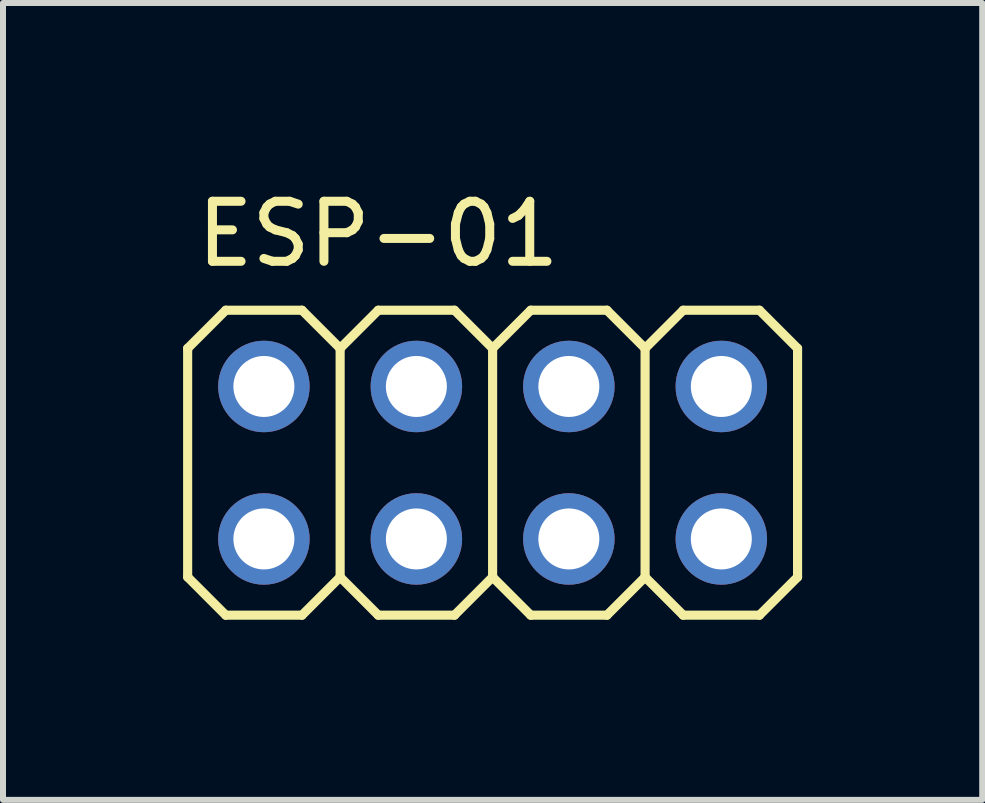
<source format=kicad_pcb>
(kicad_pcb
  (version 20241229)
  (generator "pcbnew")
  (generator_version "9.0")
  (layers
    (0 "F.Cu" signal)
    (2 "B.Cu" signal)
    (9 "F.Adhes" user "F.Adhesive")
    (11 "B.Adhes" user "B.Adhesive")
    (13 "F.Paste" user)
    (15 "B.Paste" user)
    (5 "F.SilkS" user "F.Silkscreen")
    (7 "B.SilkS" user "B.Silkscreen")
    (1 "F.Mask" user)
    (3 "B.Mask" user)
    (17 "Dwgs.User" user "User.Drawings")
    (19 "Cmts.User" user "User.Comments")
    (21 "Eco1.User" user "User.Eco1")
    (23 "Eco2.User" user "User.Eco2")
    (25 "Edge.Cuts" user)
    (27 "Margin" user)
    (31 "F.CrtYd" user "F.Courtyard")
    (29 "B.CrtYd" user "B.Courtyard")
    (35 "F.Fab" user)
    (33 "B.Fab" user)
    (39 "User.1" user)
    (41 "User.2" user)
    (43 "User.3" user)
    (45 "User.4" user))
  (footprint "ESP-01"
    (layer "F.Cu")
    (at 5.156 4.658)
    (property "Reference" "ESP-01" (at -1.905 -3.81 0) (layer "F.SilkS") (effects (font (size 1 1) (thickness 0.15))))
    (attr through_hole)
    (fp_line (start -5.08 -1.905) (end -4.445 -2.54) (stroke (width 0.152) (type solid)) (layer "F.SilkS"))
    (fp_line (start -5.08 1.905) (end -5.08 -1.905) (stroke (width 0.152) (type solid)) (layer "F.SilkS"))
    (fp_line (start -5.08 1.905) (end -4.445 2.54) (stroke (width 0.152) (type solid)) (layer "F.SilkS"))
    (fp_line (start -4.445 -2.54) (end -3.175 -2.54) (stroke (width 0.152) (type solid)) (layer "F.SilkS"))
    (fp_line (start -4.445 2.54) (end -3.175 2.54) (stroke (width 0.152) (type solid)) (layer "F.SilkS"))
    (fp_line (start -3.175 -2.54) (end -2.54 -1.905) (stroke (width 0.152) (type solid)) (layer "F.SilkS"))
    (fp_line (start -3.175 2.54) (end -2.54 1.905) (stroke (width 0.152) (type solid)) (layer "F.SilkS"))
    (fp_line (start -2.54 -1.905) (end -2.54 1.905) (stroke (width 0.152) (type solid)) (layer "F.SilkS"))
    (fp_line (start -2.54 -1.905) (end -1.905 -2.54) (stroke (width 0.152) (type solid)) (layer "F.SilkS"))
    (fp_line (start -2.54 1.905) (end -1.905 2.54) (stroke (width 0.152) (type solid)) (layer "F.SilkS"))
    (fp_line (start -1.905 -2.54) (end -0.635 -2.54) (stroke (width 0.152) (type solid)) (layer "F.SilkS"))
    (fp_line (start -1.905 2.54) (end -0.635 2.54) (stroke (width 0.152) (type solid)) (layer "F.SilkS"))
    (fp_line (start -0.635 -2.54) (end 0 -1.905) (stroke (width 0.152) (type solid)) (layer "F.SilkS"))
    (fp_line (start -0.635 2.54) (end 0 1.905) (stroke (width 0.152) (type solid)) (layer "F.SilkS"))
    (fp_line (start 0 -1.905) (end 0 1.905) (stroke (width 0.152) (type solid)) (layer "F.SilkS"))
    (fp_line (start 0 -1.905) (end 0.635 -2.54) (stroke (width 0.152) (type solid)) (layer "F.SilkS"))
    (fp_line (start 0 1.905) (end 0.635 2.54) (stroke (width 0.152) (type solid)) (layer "F.SilkS"))
    (fp_line (start 0.635 -2.54) (end 1.905 -2.54) (stroke (width 0.152) (type solid)) (layer "F.SilkS"))
    (fp_line (start 0.635 2.54) (end 1.905 2.54) (stroke (width 0.152) (type solid)) (layer "F.SilkS"))
    (fp_line (start 1.905 -2.54) (end 2.54 -1.905) (stroke (width 0.152) (type solid)) (layer "F.SilkS"))
    (fp_line (start 1.905 2.54) (end 2.54 1.905) (stroke (width 0.152) (type solid)) (layer "F.SilkS"))
    (fp_line (start 2.54 -1.905) (end 2.54 1.905) (stroke (width 0.152) (type solid)) (layer "F.SilkS"))
    (fp_line (start 2.54 -1.905) (end 3.175 -2.54) (stroke (width 0.152) (type solid)) (layer "F.SilkS"))
    (fp_line (start 2.54 1.905) (end 3.175 2.54) (stroke (width 0.152) (type solid)) (layer "F.SilkS"))
    (fp_line (start 3.175 -2.54) (end 4.445 -2.54) (stroke (width 0.152) (type solid)) (layer "F.SilkS"))
    (fp_line (start 3.175 2.54) (end 4.445 2.54) (stroke (width 0.152) (type solid)) (layer "F.SilkS"))
    (fp_line (start 4.445 -2.54) (end 5.08 -1.905) (stroke (width 0.152) (type solid)) (layer "F.SilkS"))
    (fp_line (start 4.445 2.54) (end 5.08 1.905) (stroke (width 0.152) (type solid)) (layer "F.SilkS"))
    (fp_line (start 5.08 -1.905) (end 5.08 1.905) (stroke (width 0.152) (type solid)) (layer "F.SilkS"))
    (fp_poly (pts (xy -4.064 -1.524) (xy -3.556 -1.524) (xy -3.556 -1.016) (xy -4.064 -1.016)) (stroke (width 0.01) (type solid)) (fill no) (layer "F.Fab"))
    (fp_poly (pts (xy -4.064 1.016) (xy -3.556 1.016) (xy -3.556 1.524) (xy -4.064 1.524)) (stroke (width 0.01) (type solid)) (fill no) (layer "F.Fab"))
    (fp_poly (pts (xy -1.524 -1.524) (xy -1.016 -1.524) (xy -1.016 -1.016) (xy -1.524 -1.016)) (stroke (width 0.01) (type solid)) (fill no) (layer "F.Fab"))
    (fp_poly (pts (xy -1.524 1.016) (xy -1.016 1.016) (xy -1.016 1.524) (xy -1.524 1.524)) (stroke (width 0.01) (type solid)) (fill no) (layer "F.Fab"))
    (fp_poly (pts (xy 1.016 -1.524) (xy 1.524 -1.524) (xy 1.524 -1.016) (xy 1.016 -1.016)) (stroke (width 0.01) (type solid)) (fill no) (layer "F.Fab"))
    (fp_poly (pts (xy 1.016 1.016) (xy 1.524 1.016) (xy 1.524 1.524) (xy 1.016 1.524)) (stroke (width 0.01) (type solid)) (fill no) (layer "F.Fab"))
    (fp_poly (pts (xy 3.556 -1.524) (xy 4.064 -1.524) (xy 4.064 -1.016) (xy 3.556 -1.016)) (stroke (width 0.01) (type solid)) (fill no) (layer "F.Fab"))
    (fp_poly (pts (xy 3.556 1.016) (xy 4.064 1.016) (xy 4.064 1.524) (xy 3.556 1.524)) (stroke (width 0.01) (type solid)) (fill no) (layer "F.Fab"))
    (pad "1" thru_hole circle (at -3.81 1.27) (size 1.524 1.524) (drill 1.016) (layers "*.Cu" "*.Mask"))
    (pad "2" thru_hole circle (at -3.81 -1.27) (size 1.524 1.524) (drill 1.016) (layers "*.Cu" "*.Mask"))
    (pad "3" thru_hole circle (at -1.27 1.27) (size 1.524 1.524) (drill 1.016) (layers "*.Cu" "*.Mask"))
    (pad "4" thru_hole circle (at -1.27 -1.27) (size 1.524 1.524) (drill 1.016) (layers "*.Cu" "*.Mask"))
    (pad "5" thru_hole circle (at 1.27 1.27) (size 1.524 1.524) (drill 1.016) (layers "*.Cu" "*.Mask"))
    (pad "6" thru_hole circle (at 1.27 -1.27) (size 1.524 1.524) (drill 1.016) (layers "*.Cu" "*.Mask"))
    (pad "7" thru_hole circle (at 3.81 1.27) (size 1.524 1.524) (drill 1.016) (layers "*.Cu" "*.Mask"))
    (pad "8" thru_hole circle (at 3.81 -1.27) (size 1.524 1.524) (drill 1.016) (layers "*.Cu" "*.Mask")))
  (gr_rect
    (start -3 -3)
    (end 13.312 10.274)
    (stroke (width 0.1) (type default))
    (fill no)
    (layer "Edge.Cuts")))
</source>
